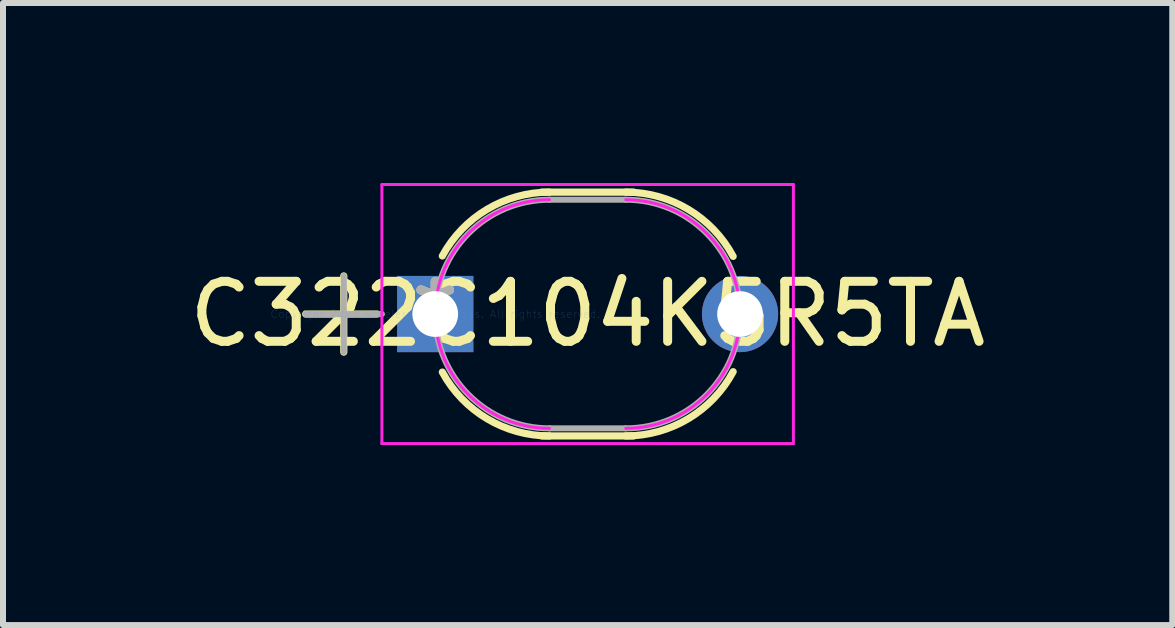
<source format=kicad_pcb>
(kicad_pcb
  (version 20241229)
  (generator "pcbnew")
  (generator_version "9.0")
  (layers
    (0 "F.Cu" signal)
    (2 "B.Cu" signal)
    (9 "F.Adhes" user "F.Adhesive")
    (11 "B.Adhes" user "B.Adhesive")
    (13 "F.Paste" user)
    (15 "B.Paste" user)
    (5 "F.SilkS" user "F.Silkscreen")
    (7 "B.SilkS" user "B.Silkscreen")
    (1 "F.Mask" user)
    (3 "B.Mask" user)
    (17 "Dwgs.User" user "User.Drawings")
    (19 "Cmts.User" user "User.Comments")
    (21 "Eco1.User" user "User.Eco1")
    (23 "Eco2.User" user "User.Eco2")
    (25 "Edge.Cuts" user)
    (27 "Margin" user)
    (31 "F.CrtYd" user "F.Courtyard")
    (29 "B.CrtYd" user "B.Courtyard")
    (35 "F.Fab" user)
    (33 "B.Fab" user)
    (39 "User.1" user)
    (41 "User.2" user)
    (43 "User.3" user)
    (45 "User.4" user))
  (footprint "C322C104K5R5TA"
    (layer "F.Cu")
    (at 4.204 2.184)
    (property "Reference" "C322C104K5R5TA" (at 2.54 0 0) (layer "F.SilkS") (effects (font (size 1 1) (thickness 0.15))))
    (attr through_hole)
    (fp_line (start -2.159 0) (end -0.968 0) (stroke (width 0.12) (type solid)) (layer "F.SilkS"))
    (fp_line (start -1.524 -0.635) (end -1.524 0.635) (stroke (width 0.12) (type solid)) (layer "F.SilkS"))
    (fp_line (start 1.778 -2.032) (end 3.302 -2.032) (stroke (width 0.12) (type solid)) (layer "F.SilkS"))
    (fp_line (start 1.778 2.032) (end 3.302 2.032) (stroke (width 0.12) (type solid)) (layer "F.SilkS"))
    (fp_arc (start 0.118242 -0.96774) (mid 0.86515 -1.745777) (end 1.905 -2.032) (stroke (width 0.12) (type solid)) (layer "F.SilkS"))
    (fp_arc (start 1.905003 2.032) (mid 0.865152 1.745778) (end 0.118243 0.967741) (stroke (width 0.12) (type solid)) (layer "F.SilkS"))
    (fp_arc (start 3.175 -2.032) (mid 4.21817 -1.743795) (end 4.965427 -0.960934) (stroke (width 0.12) (type solid)) (layer "F.SilkS"))
    (fp_arc (start 4.965427 0.960934) (mid 4.21817 1.743795) (end 3.175 2.032) (stroke (width 0.12) (type solid)) (layer "F.SilkS"))
    (fp_line (start -0.889 -2.159) (end 5.969 -2.159) (stroke (width 0.05) (type solid)) (layer "F.CrtYd"))
    (fp_line (start -0.889 2.159) (end -0.889 -2.159) (stroke (width 0.05) (type solid)) (layer "F.CrtYd"))
    (fp_line (start 5.969 -2.159) (end 5.969 2.159) (stroke (width 0.05) (type solid)) (layer "F.CrtYd"))
    (fp_line (start 5.969 2.159) (end -0.889 2.159) (stroke (width 0.05) (type solid)) (layer "F.CrtYd"))
    (fp_arc (start 1.905 1.905) (mid 0 0) (end 1.905 -1.905) (stroke (width 0.05) (type solid)) (layer "F.CrtYd"))
    (fp_arc (start 3.175 -1.905) (mid 5.08 0) (end 3.175 1.905) (stroke (width 0.05) (type solid)) (layer "F.CrtYd"))
    (fp_line (start -2.159 0) (end -0.889 0) (stroke (width 0.1) (type solid)) (layer "F.Fab"))
    (fp_line (start -1.524 -0.635) (end -1.524 0.635) (stroke (width 0.1) (type solid)) (layer "F.Fab"))
    (fp_line (start 1.905 -1.905) (end 3.175 -1.905) (stroke (width 0.1) (type solid)) (layer "F.Fab"))
    (fp_line (start 1.905 1.905) (end 3.175 1.905) (stroke (width 0.1) (type solid)) (layer "F.Fab"))
    (fp_arc (start 1.905 1.905) (mid 0 0) (end 1.905 -1.905) (stroke (width 0.1) (type solid)) (layer "F.Fab"))
    (fp_arc (start 3.175 -1.905) (mid 5.08 0) (end 3.175 1.905) (stroke (width 0.1) (type solid)) (layer "F.Fab"))
    (fp_text user "*" (at 0 0 0) (layer "F.SilkS") (effects (font (size 1 1) (thickness 0.15))))
    (fp_text user "Copyright 2021 Accelerated Designs. All rights reserved." (at 0 0 0) (layer "Cmts.User") (effects (font (size 0.127 0.127) (thickness 0.002))))
    (fp_text user "*" (at 0 0 0) (layer "F.Fab") (effects (font (size 1 1) (thickness 0.15))))
    (pad "1" thru_hole rect (at 0 0) (size 1.27 1.27) (drill 0.762) (layers "*.Cu" "*.Mask"))
    (pad "2" thru_hole circle (at 5.08 0) (size 1.27 1.27) (drill 0.762) (layers "*.Cu" "*.Mask")))
  (gr_rect
    (start -3 -3)
    (end 16.488 7.368)
    (stroke (width 0.1) (type default))
    (fill no)
    (layer "Edge.Cuts")))
</source>
